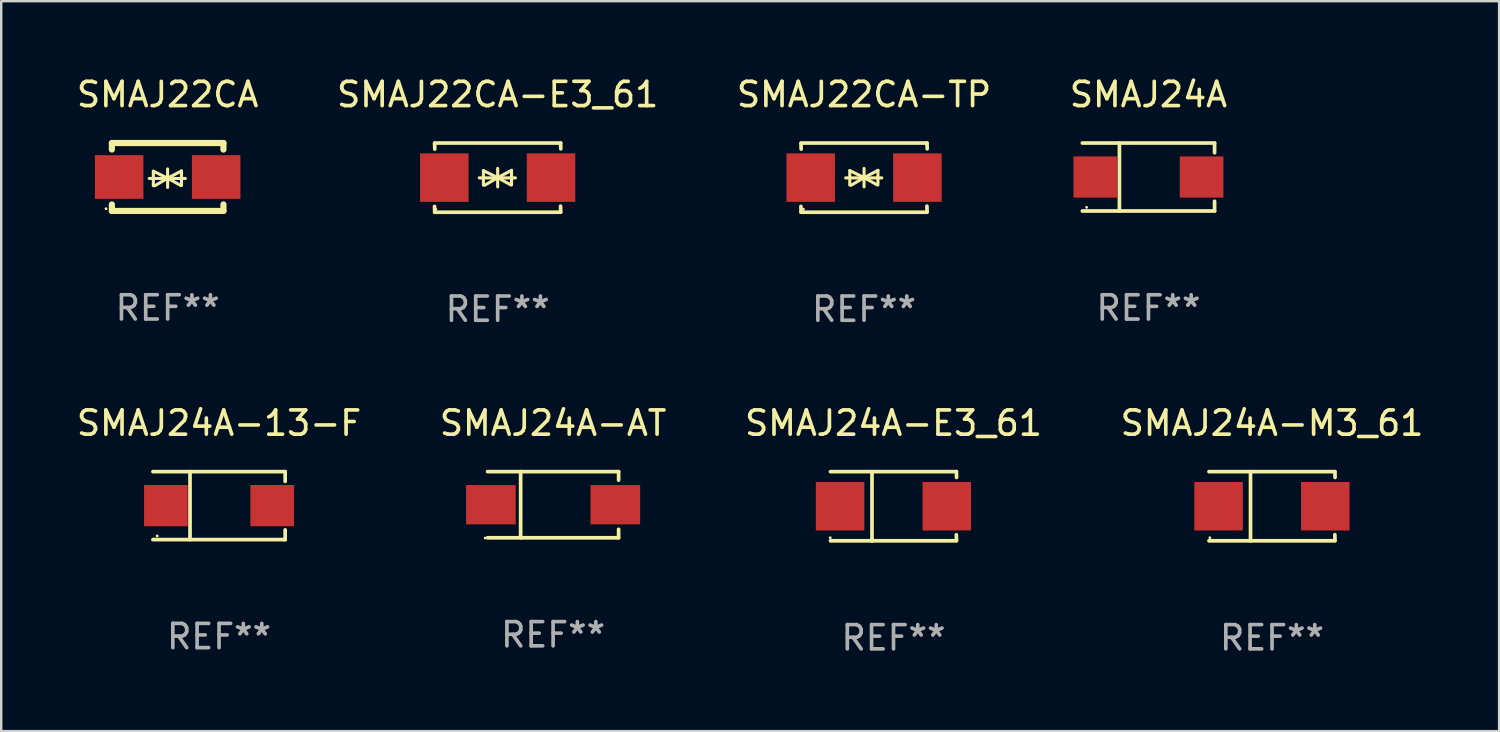
<source format=kicad_pcb>
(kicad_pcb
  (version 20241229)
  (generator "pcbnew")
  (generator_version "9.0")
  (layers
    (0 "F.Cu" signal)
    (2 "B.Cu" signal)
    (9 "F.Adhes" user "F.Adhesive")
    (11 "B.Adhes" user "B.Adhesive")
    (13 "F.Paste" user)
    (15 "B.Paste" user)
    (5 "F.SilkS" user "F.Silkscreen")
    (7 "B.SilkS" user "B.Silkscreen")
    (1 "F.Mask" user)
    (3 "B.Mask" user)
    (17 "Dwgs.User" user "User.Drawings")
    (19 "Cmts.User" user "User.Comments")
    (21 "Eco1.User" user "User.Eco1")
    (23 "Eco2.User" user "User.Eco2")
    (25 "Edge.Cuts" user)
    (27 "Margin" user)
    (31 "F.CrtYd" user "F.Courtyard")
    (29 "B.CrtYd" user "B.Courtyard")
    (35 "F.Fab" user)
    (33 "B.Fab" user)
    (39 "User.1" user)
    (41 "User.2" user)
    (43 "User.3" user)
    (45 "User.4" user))
  (footprint "SMAJ22CA-E3_61"
    (layer "F.Cu")
    (at 17.47 4.274)
    (property "Reference" "SMAJ22CA-E3_61" (at 0 -3.426 0) (layer "F.SilkS") (effects (font (size 1 1) (thickness 0.15))))
    (attr through_hole)
    (fp_line (start -2.596 -1.426) (end 2.596 -1.426) (stroke (width 0.152) (type solid)) (layer "F.SilkS"))
    (fp_line (start -2.596 1.426) (end -2.603 1.187) (stroke (width 0.152) (type solid)) (layer "F.SilkS"))
    (fp_line (start -2.596 1.426) (end 2.596 1.426) (stroke (width 0.152) (type solid)) (layer "F.SilkS"))
    (fp_line (start -2.593 -1.176) (end -2.6 -1.415) (stroke (width 0.152) (type solid)) (layer "F.SilkS"))
    (fp_line (start -0.758 0.011) (end 0.732 0.011) (stroke (width 0.127) (type solid)) (layer "F.SilkS"))
    (fp_line (start -0.588 -0.289) (end -0.588 0.311) (stroke (width 0.127) (type solid)) (layer "F.SilkS"))
    (fp_line (start -0.588 -0.289) (end 0 0) (stroke (width 0.127) (type solid)) (layer "F.SilkS"))
    (fp_line (start -0.528 0.311) (end 0 0) (stroke (width 0.127) (type solid)) (layer "F.SilkS"))
    (fp_line (start 0 0) (end 0 -0.381) (stroke (width 0.127) (type solid)) (layer "F.SilkS"))
    (fp_line (start 0 0) (end 0 0.381) (stroke (width 0.127) (type solid)) (layer "F.SilkS"))
    (fp_line (start 0.542 0.301) (end 0 0) (stroke (width 0.127) (type solid)) (layer "F.SilkS"))
    (fp_line (start 0.572 -0.299) (end 0 0) (stroke (width 0.127) (type solid)) (layer "F.SilkS"))
    (fp_line (start 0.572 -0.299) (end 0.572 0.301) (stroke (width 0.127) (type solid)) (layer "F.SilkS"))
    (fp_line (start 2.593 1.176) (end 2.6 1.415) (stroke (width 0.152) (type solid)) (layer "F.SilkS"))
    (fp_line (start 2.596 -1.426) (end 2.603 -1.187) (stroke (width 0.152) (type solid)) (layer "F.SilkS"))
    (fp_circle (center -2.55 1.3) (end -2.52 1.3) (stroke (width 0.06) (type solid)) (fill no) (layer "F.SilkS"))
    (fp_text user "REF**" (at 0 5.426 0) (layer "F.Fab") (effects (font (size 1 1) (thickness 0.15))))
    (pad "1" smd rect (at -2.2 0 180) (size 2 2) (layers "F.Cu" "F.Mask" "F.Paste"))
    (pad "2" smd rect (at 2.2 0 180) (size 2 2) (layers "F.Cu" "F.Mask" "F.Paste")))
  (footprint "SMAJ24A-M3_61"
    (layer "F.Cu")
    (at 49.399 17.823)
    (property "Reference" "SMAJ24A-M3_61" (at 0 -3.426 0) (layer "F.SilkS") (effects (font (size 1 1) (thickness 0.15))))
    (attr through_hole)
    (fp_line (start -2.6 -1.426) (end 2.593 -1.426) (stroke (width 0.152) (type solid)) (layer "F.SilkS"))
    (fp_line (start -2.6 1.426) (end 2.593 1.426) (stroke (width 0.152) (type solid)) (layer "F.SilkS"))
    (fp_line (start -0.887 -1.426) (end -0.887 1.426) (stroke (width 0.152) (type solid)) (layer "F.SilkS"))
    (fp_line (start 2.59 1.176) (end 2.597 1.415) (stroke (width 0.152) (type solid)) (layer "F.SilkS"))
    (fp_line (start 2.593 -1.426) (end 2.6 -1.187) (stroke (width 0.152) (type solid)) (layer "F.SilkS"))
    (fp_circle (center -2.563 1.3) (end -2.533 1.3) (stroke (width 0.06) (type solid)) (fill no) (layer "F.SilkS"))
    (fp_text user "REF**" (at 0 5.426 0) (layer "F.Fab") (effects (font (size 1 1) (thickness 0.15))))
    (pad "1" smd rect (at -2.203 -0.000025 180) (size 2 2) (layers "F.Cu" "F.Mask" "F.Paste"))
    (pad "2" smd rect (at 2.197 -0.000025 180) (size 2 2) (layers "F.Cu" "F.Mask" "F.Paste")))
  (footprint "SMAJ24A"
    (layer "F.Cu")
    (at 44.304 4.249)
    (property "Reference" "SMAJ24A" (at 0 -3.401 0) (layer "F.SilkS") (effects (font (size 1 1) (thickness 0.15))))
    (attr through_hole)
    (fp_line (start -2.726 -1.401) (end 2.726 -1.401) (stroke (width 0.152) (type solid)) (layer "F.SilkS"))
    (fp_line (start -2.726 1.401) (end 2.726 1.401) (stroke (width 0.152) (type solid)) (layer "F.SilkS"))
    (fp_line (start -1.197 -1.401) (end -1.197 1.401) (stroke (width 0.152) (type solid)) (layer "F.SilkS"))
    (fp_line (start 2.726 -1.401) (end 2.726 -1) (stroke (width 0.152) (type solid)) (layer "F.SilkS"))
    (fp_line (start 2.726 1.401) (end 2.726 1) (stroke (width 0.152) (type solid)) (layer "F.SilkS"))
    (fp_circle (center -2.55 1.25) (end -2.52 1.25) (stroke (width 0.06) (type solid)) (fill no) (layer "F.SilkS"))
    (fp_text user "REF**" (at 0 5.401 0) (layer "F.Fab") (effects (font (size 1 1) (thickness 0.15))))
    (pad "1" smd rect (at -2.192 0) (size 1.8 1.7) (layers "F.Cu" "F.Mask" "F.Paste"))
    (pad "2" smd rect (at 2.192 0) (size 1.8 1.7) (layers "F.Cu" "F.Mask" "F.Paste")))
  (footprint "SMAJ22CA"
    (layer "F.Cu")
    (at 3.863 4.248)
    (property "Reference" "SMAJ22CA" (at 0 -3.4 0) (layer "F.SilkS") (effects (font (size 1 1) (thickness 0.15))))
    (attr through_hole)
    (fp_line (start -2.3 -1.4) (end -2.3 -1.131) (stroke (width 0.254) (type solid)) (layer "F.SilkS"))
    (fp_line (start -2.3 -1.4) (end 2.3 -1.4) (stroke (width 0.254) (type solid)) (layer "F.SilkS"))
    (fp_line (start -2.3 1.131) (end -2.3 1.4) (stroke (width 0.254) (type solid)) (layer "F.SilkS"))
    (fp_line (start -2.3 1.4) (end 2.3 1.4) (stroke (width 0.254) (type solid)) (layer "F.SilkS"))
    (fp_line (start -0.76 0.06) (end 0.73 0.06) (stroke (width 0.127) (type solid)) (layer "F.SilkS"))
    (fp_line (start -0.59 -0.24) (end -0.59 0.36) (stroke (width 0.127) (type solid)) (layer "F.SilkS"))
    (fp_line (start -0.59 -0.24) (end -0.002 0.049) (stroke (width 0.127) (type solid)) (layer "F.SilkS"))
    (fp_line (start -0.53 0.36) (end -0.002 0.049) (stroke (width 0.127) (type solid)) (layer "F.SilkS"))
    (fp_line (start -0.002 0.049) (end -0.002 -0.332) (stroke (width 0.127) (type solid)) (layer "F.SilkS"))
    (fp_line (start -0.002 0.049) (end -0.002 0.43) (stroke (width 0.127) (type solid)) (layer "F.SilkS"))
    (fp_line (start 0.54 0.35) (end -0.002 0.049) (stroke (width 0.127) (type solid)) (layer "F.SilkS"))
    (fp_line (start 0.57 -0.25) (end -0.002 0.049) (stroke (width 0.127) (type solid)) (layer "F.SilkS"))
    (fp_line (start 0.57 -0.25) (end 0.57 0.35) (stroke (width 0.127) (type solid)) (layer "F.SilkS"))
    (fp_line (start 2.3 -1.4) (end 2.3 -1.131) (stroke (width 0.254) (type solid)) (layer "F.SilkS"))
    (fp_line (start 2.3 1.131) (end 2.3 1.4) (stroke (width 0.254) (type solid)) (layer "F.SilkS"))
    (fp_circle (center -2.542 1.308) (end -2.512 1.308) (stroke (width 0.06) (type solid)) (fill no) (layer "F.SilkS"))
    (fp_text user "REF**" (at 0 5.4 0) (layer "F.Fab") (effects (font (size 1 1) (thickness 0.15))))
    (pad "1" smd rect (at -2 0) (size 2 1.8) (layers "F.Cu" "F.Mask" "F.Paste"))
    (pad "2" smd rect (at 2 0) (size 2 1.8) (layers "F.Cu" "F.Mask" "F.Paste")))
  (footprint "SMAJ24A-AT"
    (layer "F.Cu")
    (at 19.756 17.761)
    (property "Reference" "SMAJ24A-AT" (at 0 -3.364 0) (layer "F.SilkS") (effects (font (size 1 1) (thickness 0.15))))
    (attr through_hole)
    (fp_line (start -2.701 -1.364) (end 2.701 -1.364) (stroke (width 0.152) (type solid)) (layer "F.SilkS"))
    (fp_line (start -2.701 1.364) (end 2.701 1.364) (stroke (width 0.152) (type solid)) (layer "F.SilkS"))
    (fp_line (start -1.339 -1.364) (end -1.339 1.364) (stroke (width 0.152) (type solid)) (layer "F.SilkS"))
    (fp_line (start 2.701 -1.364) (end 2.701 -1.013) (stroke (width 0.152) (type solid)) (layer "F.SilkS"))
    (fp_line (start 2.701 1.364) (end 2.701 1.013) (stroke (width 0.152) (type solid)) (layer "F.SilkS"))
    (fp_circle (center -2.8 1.375) (end -2.77 1.375) (stroke (width 0.06) (type solid)) (fill no) (layer "F.SilkS"))
    (fp_text user "REF**" (at 0 5.364 0) (layer "F.Fab") (effects (font (size 1 1) (thickness 0.15))))
    (pad "1" smd rect (at -2.565 -0.000025) (size 2.046 1.62) (layers "F.Cu" "F.Mask" "F.Paste"))
    (pad "2" smd rect (at 2.565 -0.000025) (size 2.046 1.62) (layers "F.Cu" "F.Mask" "F.Paste")))
  (footprint "SMAJ22CA-TP"
    (layer "F.Cu")
    (at 32.577 4.274)
    (property "Reference" "SMAJ22CA-TP" (at 0 -3.426 0) (layer "F.SilkS") (effects (font (size 1 1) (thickness 0.15))))
    (attr through_hole)
    (fp_line (start -2.596 -1.426) (end 2.596 -1.426) (stroke (width 0.152) (type solid)) (layer "F.SilkS"))
    (fp_line (start -2.596 1.426) (end -2.603 1.187) (stroke (width 0.152) (type solid)) (layer "F.SilkS"))
    (fp_line (start -2.596 1.426) (end 2.596 1.426) (stroke (width 0.152) (type solid)) (layer "F.SilkS"))
    (fp_line (start -2.593 -1.176) (end -2.6 -1.415) (stroke (width 0.152) (type solid)) (layer "F.SilkS"))
    (fp_line (start -0.758 0.011) (end 0.732 0.011) (stroke (width 0.127) (type solid)) (layer "F.SilkS"))
    (fp_line (start -0.588 -0.289) (end -0.588 0.311) (stroke (width 0.127) (type solid)) (layer "F.SilkS"))
    (fp_line (start -0.588 -0.289) (end 0 0) (stroke (width 0.127) (type solid)) (layer "F.SilkS"))
    (fp_line (start -0.528 0.311) (end 0 0) (stroke (width 0.127) (type solid)) (layer "F.SilkS"))
    (fp_line (start 0 0) (end 0 -0.381) (stroke (width 0.127) (type solid)) (layer "F.SilkS"))
    (fp_line (start 0 0) (end 0 0.381) (stroke (width 0.127) (type solid)) (layer "F.SilkS"))
    (fp_line (start 0.542 0.301) (end 0 0) (stroke (width 0.127) (type solid)) (layer "F.SilkS"))
    (fp_line (start 0.572 -0.299) (end 0 0) (stroke (width 0.127) (type solid)) (layer "F.SilkS"))
    (fp_line (start 0.572 -0.299) (end 0.572 0.301) (stroke (width 0.127) (type solid)) (layer "F.SilkS"))
    (fp_line (start 2.593 1.176) (end 2.6 1.415) (stroke (width 0.152) (type solid)) (layer "F.SilkS"))
    (fp_line (start 2.596 -1.426) (end 2.603 -1.187) (stroke (width 0.152) (type solid)) (layer "F.SilkS"))
    (fp_circle (center -2.5 1.3) (end -2.47 1.3) (stroke (width 0.06) (type solid)) (fill no) (layer "F.SilkS"))
    (fp_text user "REF**" (at 0 5.426 0) (layer "F.Fab") (effects (font (size 1 1) (thickness 0.15))))
    (pad "1" smd rect (at -2.2 0 180) (size 2 2) (layers "F.Cu" "F.Mask" "F.Paste"))
    (pad "2" smd rect (at 2.2 0 180) (size 2 2) (layers "F.Cu" "F.Mask" "F.Paste")))
  (footprint "SMAJ24A-13-F"
    (layer "F.Cu")
    (at 5.982 17.798)
    (property "Reference" "SMAJ24A-13-F" (at 0 -3.401 0) (layer "F.SilkS") (effects (font (size 1 1) (thickness 0.15))))
    (attr through_hole)
    (fp_line (start -2.726 -1.401) (end 2.726 -1.401) (stroke (width 0.152) (type solid)) (layer "F.SilkS"))
    (fp_line (start -2.726 1.401) (end 2.726 1.401) (stroke (width 0.152) (type solid)) (layer "F.SilkS"))
    (fp_line (start -1.197 -1.401) (end -1.197 1.401) (stroke (width 0.152) (type solid)) (layer "F.SilkS"))
    (fp_line (start 2.726 -1.401) (end 2.726 -1) (stroke (width 0.152) (type solid)) (layer "F.SilkS"))
    (fp_line (start 2.726 1.401) (end 2.726 1) (stroke (width 0.152) (type solid)) (layer "F.SilkS"))
    (fp_circle (center -2.55 1.25) (end -2.52 1.25) (stroke (width 0.06) (type solid)) (fill no) (layer "F.SilkS"))
    (fp_text user "REF**" (at 0 5.401 0) (layer "F.Fab") (effects (font (size 1 1) (thickness 0.15))))
    (pad "1" smd rect (at -2.192 0) (size 1.8 1.7) (layers "F.Cu" "F.Mask" "F.Paste"))
    (pad "2" smd rect (at 2.192 0) (size 1.8 1.7) (layers "F.Cu" "F.Mask" "F.Paste")))
  (footprint "SMAJ24A-E3_61"
    (layer "F.Cu")
    (at 33.792 17.823)
    (property "Reference" "SMAJ24A-E3_61" (at 0 -3.426 0) (layer "F.SilkS") (effects (font (size 1 1) (thickness 0.15))))
    (attr through_hole)
    (fp_line (start -2.6 -1.426) (end 2.593 -1.426) (stroke (width 0.152) (type solid)) (layer "F.SilkS"))
    (fp_line (start -2.6 1.426) (end 2.593 1.426) (stroke (width 0.152) (type solid)) (layer "F.SilkS"))
    (fp_line (start -0.887 -1.426) (end -0.887 1.426) (stroke (width 0.152) (type solid)) (layer "F.SilkS"))
    (fp_line (start 2.59 1.176) (end 2.597 1.415) (stroke (width 0.152) (type solid)) (layer "F.SilkS"))
    (fp_line (start 2.593 -1.426) (end 2.6 -1.187) (stroke (width 0.152) (type solid)) (layer "F.SilkS"))
    (fp_circle (center -2.608 1.3) (end -2.578 1.3) (stroke (width 0.06) (type solid)) (fill no) (layer "F.SilkS"))
    (fp_text user "REF**" (at 0 5.426 0) (layer "F.Fab") (effects (font (size 1 1) (thickness 0.15))))
    (pad "1" smd rect (at -2.203 0 180) (size 2 2) (layers "F.Cu" "F.Mask" "F.Paste"))
    (pad "2" smd rect (at 2.197 0 180) (size 2 2) (layers "F.Cu" "F.Mask" "F.Paste")))
  (gr_rect
    (start -3 -3)
    (end 58.762 27.098)
    (stroke (width 0.1) (type default))
    (fill no)
    (layer "Edge.Cuts")))
</source>
